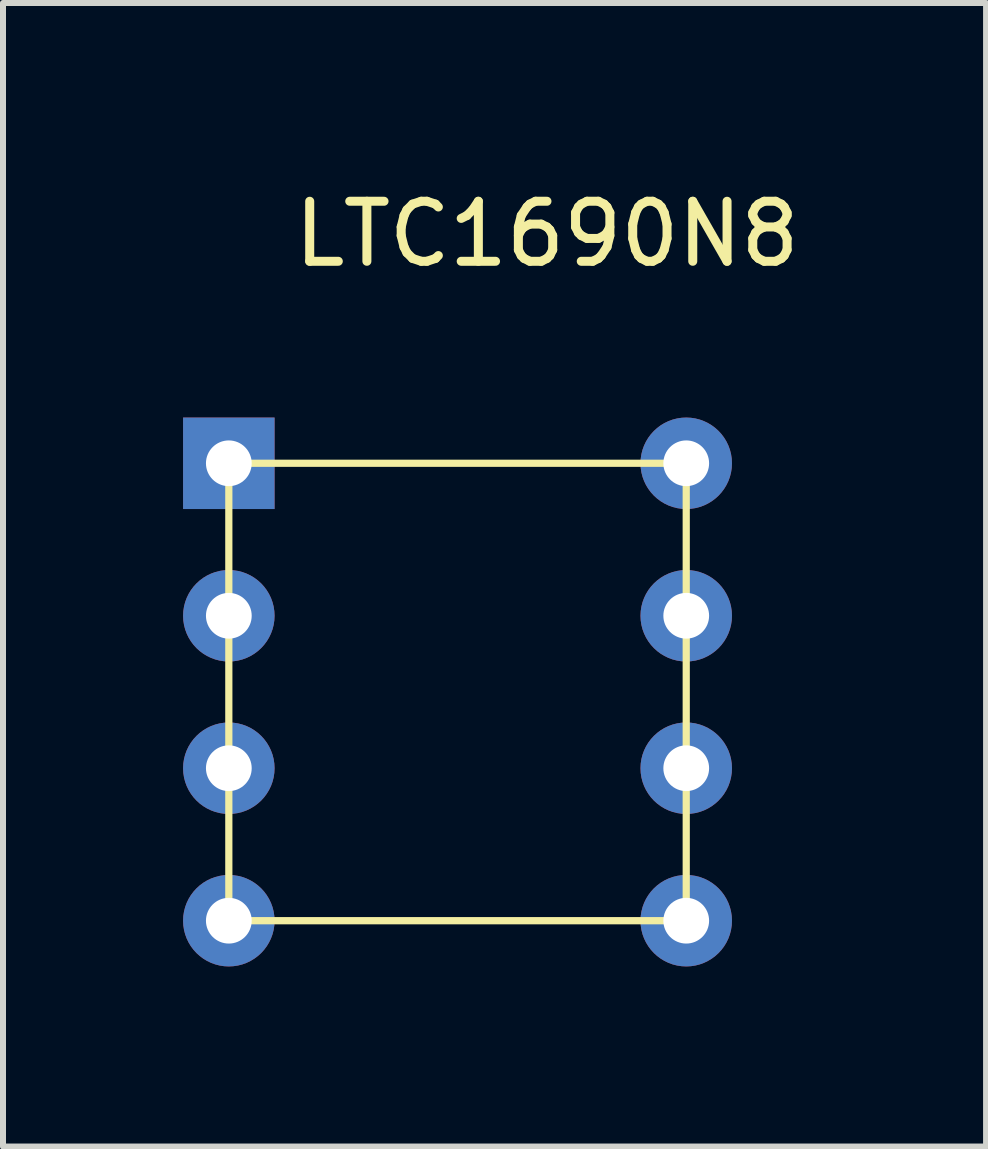
<source format=kicad_pcb>
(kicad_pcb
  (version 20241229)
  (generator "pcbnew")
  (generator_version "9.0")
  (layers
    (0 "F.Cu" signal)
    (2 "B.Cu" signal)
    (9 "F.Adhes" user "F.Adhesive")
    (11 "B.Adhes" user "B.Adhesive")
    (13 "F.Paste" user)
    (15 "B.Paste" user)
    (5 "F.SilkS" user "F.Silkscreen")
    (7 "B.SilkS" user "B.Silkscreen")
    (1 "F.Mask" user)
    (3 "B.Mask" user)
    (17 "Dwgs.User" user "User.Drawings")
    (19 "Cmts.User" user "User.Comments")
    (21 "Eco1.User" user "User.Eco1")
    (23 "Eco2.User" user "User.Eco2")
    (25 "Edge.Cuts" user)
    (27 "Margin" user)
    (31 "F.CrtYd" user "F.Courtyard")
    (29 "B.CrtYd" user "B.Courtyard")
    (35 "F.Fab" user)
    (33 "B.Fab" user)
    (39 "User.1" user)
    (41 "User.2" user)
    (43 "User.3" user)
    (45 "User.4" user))
  (footprint "LTC1690N8"
    (layer "F.Cu")
    (at 0.762 4.668)
    (property "Reference" "LTC1690N8" (at 5.3 -3.82 0) (unlocked yes) (layer "F.SilkS") (effects (font (size 1 1) (thickness 0.15))))
    (attr through_hole)
    (fp_line (start 0 0) (end 7.62 0) (stroke (width 0.12) (type solid)) (layer "F.SilkS"))
    (fp_line (start 0 7.62) (end 0 0) (stroke (width 0.12) (type solid)) (layer "F.SilkS"))
    (fp_line (start 7.62 0) (end 7.62 7.62) (stroke (width 0.12) (type solid)) (layer "F.SilkS"))
    (fp_line (start 7.62 7.62) (end 0 7.62) (stroke (width 0.12) (type solid)) (layer "F.SilkS"))
    (pad "1" thru_hole rect (at 0 0) (size 1.524 1.524) (drill 0.762) (layers "*.Cu" "*.Mask"))
    (pad "2" thru_hole circle (at 0 2.54) (size 1.524 1.524) (drill 0.762) (layers "*.Cu" "*.Mask"))
    (pad "3" thru_hole circle (at 0 5.08) (size 1.524 1.524) (drill 0.762) (layers "*.Cu" "*.Mask"))
    (pad "4" thru_hole circle (at 0 7.62) (size 1.524 1.524) (drill 0.762) (layers "*.Cu" "*.Mask"))
    (pad "5" thru_hole circle (at 7.62 7.62) (size 1.524 1.524) (drill 0.762) (layers "*.Cu" "*.Mask"))
    (pad "6" thru_hole circle (at 7.62 5.08) (size 1.524 1.524) (drill 0.762) (layers "*.Cu" "*.Mask"))
    (pad "7" thru_hole circle (at 7.62 2.54) (size 1.524 1.524) (drill 0.762) (layers "*.Cu" "*.Mask"))
    (pad "8" thru_hole circle (at 7.62 0) (size 1.524 1.524) (drill 0.762) (layers "*.Cu" "*.Mask")))
  (gr_rect
    (start -3 -3)
    (end 13.377 16.05)
    (stroke (width 0.1) (type default))
    (fill no)
    (layer "Edge.Cuts")))
</source>
